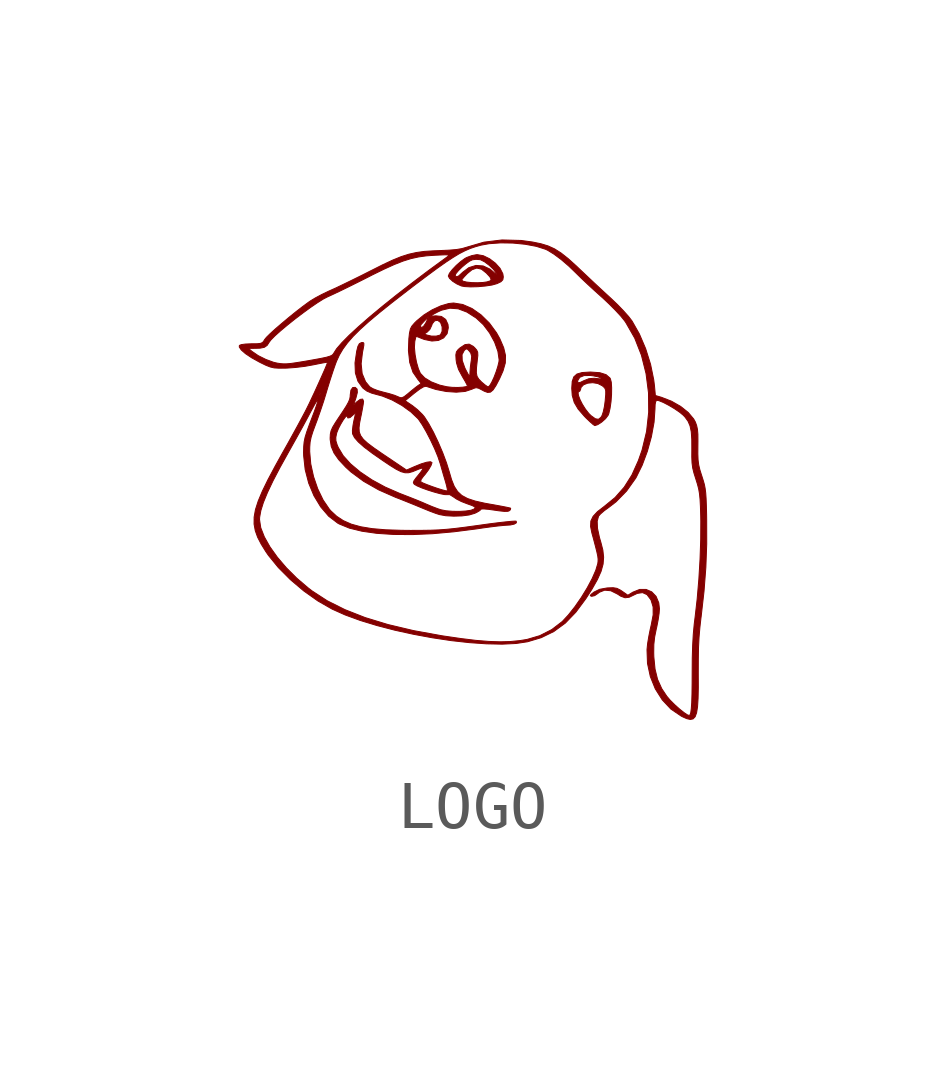
<source format=kicad_sym>
(kicad_symbol_lib
  (version 20210619)
  (generator bitmap2component)
  (symbol "LOGO"
    (pin_names
      (offset 1.016))
    (property "Reference" "#G"
      (at 0 4.352 0)
      (effects (font (size 1.27 1.27)) hide))
    (symbol "LOGO_0_0"
      (polyline (pts (xy 4.604 -4.996) (xy 4.647 -4.951) (xy 4.677 -4.868) (xy 4.697 -4.742) (xy 4.708 -4.568) (xy 4.713 -4.341) (xy 4.712 -4.058) (xy 4.712 -4.032) (xy 4.713 -3.748) (xy 4.717 -3.509) (xy 4.728 -3.297) (xy 4.745 -3.097) (xy 4.768 -2.892) (xy 4.772 -2.865) (xy 4.832 -2.335) (xy 4.87 -1.838) (xy 4.888 -1.351) (xy 4.887 -0.851) (xy 4.886 -0.754) (xy 4.881 -0.556) (xy 4.875 -0.404) (xy 4.867 -0.287) (xy 4.855 -0.193) (xy 4.839 -0.111) (xy 4.816 -0.03) (xy 4.787 0.062) (xy 4.783 0.073) (xy 4.745 0.194) (xy 4.721 0.296) (xy 4.708 0.399) (xy 4.703 0.524) (xy 4.704 0.69) (xy 4.705 0.789) (xy 4.704 0.932) (xy 4.695 1.036) (xy 4.678 1.116) (xy 4.652 1.188) (xy 4.616 1.253) (xy 4.502 1.389) (xy 4.344 1.515) (xy 4.154 1.623) (xy 3.946 1.704) (xy 3.818 1.742) (xy 3.799 1.949) (xy 3.784 2.07) (xy 3.718 2.392) (xy 3.616 2.717) (xy 3.485 3.024) (xy 3.333 3.292) (xy 3.33 3.296) (xy 3.259 3.389) (xy 3.154 3.506) (xy 3.031 3.634) (xy 2.902 3.757) (xy 2.876 3.781) (xy 2.727 3.918) (xy 2.557 4.076) (xy 2.384 4.239) (xy 2.227 4.387) (xy 2.173 4.439) (xy 2.001 4.594) (xy 1.853 4.711) (xy 1.717 4.797) (xy 1.581 4.859) (xy 1.432 4.904) (xy 1.258 4.94) (xy 1.024 4.972) (xy 0.624 4.983) (xy 0.247 4.937) (xy -0.108 4.833) (xy -0.117 4.83) (xy -0.211 4.803) (xy -0.327 4.783) (xy -0.48 4.77) (xy -0.681 4.761) (xy -0.809 4.756) (xy -0.996 4.744) (xy -1.161 4.721) (xy -1.318 4.686) (xy -1.478 4.635) (xy -1.655 4.563) (xy -1.86 4.467) (xy -2.106 4.343) (xy -2.111 4.341) (xy -2.304 4.243) (xy -2.499 4.147) (xy -2.68 4.059) (xy -2.834 3.985) (xy -2.947 3.934) (xy -2.99 3.915) (xy -3.133 3.846) (xy -3.266 3.775) (xy -3.365 3.715) (xy -3.405 3.688) (xy -3.531 3.595) (xy -3.673 3.485) (xy -3.82 3.366) (xy -3.964 3.245) (xy -4.096 3.132) (xy -4.206 3.032) (xy -4.285 2.954) (xy -4.324 2.906) (xy -4.338 2.881) (xy -4.366 2.846) (xy -4.408 2.828) (xy -4.48 2.82) (xy -4.599 2.819) (xy -4.604 2.819) (xy -4.723 2.814) (xy -4.809 2.802) (xy -4.849 2.785) (xy -4.851 2.752) (xy -4.832 2.724) (xy -4.662 2.724) (xy -4.517 2.725) (xy -4.418 2.728) (xy -4.329 2.746) (xy -4.271 2.786) (xy -4.226 2.855) (xy -4.191 2.901) (xy -4.109 2.984) (xy -3.993 3.088) (xy -3.852 3.206) (xy -3.696 3.331) (xy -3.533 3.455) (xy -3.373 3.572) (xy -3.227 3.672) (xy -3.102 3.751) (xy -3.009 3.799) (xy -2.986 3.809) (xy -2.882 3.857) (xy -2.737 3.926) (xy -2.565 4.01) (xy -2.376 4.104) (xy -2.181 4.202) (xy -2.086 4.251) (xy -1.835 4.374) (xy -1.623 4.47) (xy -1.44 4.542) (xy -1.274 4.594) (xy -1.115 4.629) (xy -0.952 4.652) (xy -0.774 4.664) (xy -0.692 4.668) (xy -0.577 4.673) (xy -0.512 4.672) (xy -0.487 4.664) (xy -0.494 4.649) (xy -0.526 4.625) (xy -0.545 4.611) (xy -0.909 4.345) (xy -1.253 4.085) (xy -1.575 3.836) (xy -1.87 3.599) (xy -2.136 3.378) (xy -2.367 3.176) (xy -2.562 2.996) (xy -2.715 2.841) (xy -2.824 2.715) (xy -2.885 2.619) (xy -2.889 2.612) (xy -2.913 2.585) (xy -2.959 2.562) (xy -3.036 2.539) (xy -3.154 2.514) (xy -3.324 2.483) (xy -3.5 2.452) (xy -3.656 2.427) (xy -3.772 2.41) (xy -3.859 2.402) (xy -3.928 2.401) (xy -3.992 2.406) (xy -4.06 2.416) (xy -4.137 2.434) (xy -4.297 2.493) (xy -4.456 2.572) (xy -4.585 2.66) (xy -4.662 2.724) (xy -4.832 2.724) (xy -4.809 2.69) (xy -4.722 2.614) (xy -4.595 2.529) (xy -4.437 2.441) (xy -4.414 2.429) (xy -4.295 2.371) (xy -4.205 2.336) (xy -4.123 2.317) (xy -4.025 2.311) (xy -3.891 2.312) (xy -3.856 2.313) (xy -3.679 2.326) (xy -3.487 2.349) (xy -3.314 2.38) (xy -3.235 2.396) (xy -3.123 2.418) (xy -3.044 2.432) (xy -3.013 2.434) (xy -3.013 2.428) (xy -3.032 2.377) (xy -3.07 2.285) (xy -3.124 2.163) (xy -3.188 2.02) (xy -3.257 1.868) (xy -3.297 1.781) (xy -3.191 1.781) (xy -3.175 1.797) (xy -3.159 1.781) (xy -3.175 1.766) (xy -3.191 1.781) (xy -3.297 1.781) (xy -3.328 1.716) (xy -3.394 1.575) (xy -3.453 1.456) (xy -3.481 1.401) (xy -3.546 1.279) (xy -3.631 1.121) (xy -3.732 0.937) (xy -3.842 0.738) (xy -3.956 0.536) (xy -4.107 0.263) (xy -4.255 -0.015) (xy -4.371 -0.253) (xy -4.457 -0.458) (xy -4.514 -0.635) (xy -4.542 -0.793) (xy -4.542 -0.845) (xy -4.429 -0.845) (xy -4.427 -0.796) (xy -4.402 -0.657) (xy -4.349 -0.487) (xy -4.265 -0.282) (xy -4.149 -0.037) (xy -3.999 0.249) (xy -3.814 0.582) (xy -3.753 0.691) (xy -3.643 0.888) (xy -3.533 1.087) (xy -3.435 1.268) (xy -3.358 1.413) (xy -3.347 1.433) (xy -3.278 1.56) (xy -3.233 1.635) (xy -3.212 1.656) (xy -3.215 1.623) (xy -3.242 1.536) (xy -3.293 1.392) (xy -3.369 1.192) (xy -3.392 1.132) (xy -3.445 0.985) (xy -3.48 0.871) (xy -3.5 0.774) (xy -3.509 0.675) (xy -3.512 0.557) (xy -3.51 0.487) (xy -3.478 0.197) (xy -3.405 -0.084) (xy -3.296 -0.346) (xy -3.155 -0.579) (xy -2.989 -0.773) (xy -2.801 -0.917) (xy -2.764 -0.937) (xy -2.556 -1.022) (xy -2.295 -1.086) (xy -1.987 -1.13) (xy -1.637 -1.153) (xy -1.249 -1.156) (xy -0.829 -1.138) (xy -0.382 -1.098) (xy 0.088 -1.038) (xy 0.205 -1.02) (xy 0.381 -0.996) (xy 0.535 -0.977) (xy 0.656 -0.965) (xy 0.728 -0.96) (xy 0.795 -0.956) (xy 0.877 -0.938) (xy 0.923 -0.91) (xy 0.919 -0.878) (xy 0.899 -0.875) (xy 0.824 -0.879) (xy 0.702 -0.891) (xy 0.543 -0.909) (xy 0.354 -0.933) (xy 0.146 -0.962) (xy 0.089 -0.97) (xy -0.153 -1.003) (xy -0.353 -1.028) (xy -0.527 -1.046) (xy -0.692 -1.058) (xy -0.862 -1.065) (xy -1.055 -1.068) (xy -1.286 -1.069) (xy -1.47 -1.067) (xy -1.802 -1.056) (xy -2.083 -1.032) (xy -2.319 -0.993) (xy -2.516 -0.939) (xy -2.682 -0.866) (xy -2.821 -0.775) (xy -2.942 -0.663) (xy -2.973 -0.628) (xy -3.104 -0.436) (xy -3.216 -0.204) (xy -3.304 0.053) (xy -3.362 0.317) (xy -3.384 0.573) (xy -3.383 0.669) (xy -3.375 0.773) (xy -3.354 0.874) (xy -3.317 0.992) (xy -3.26 1.146) (xy -3.231 1.223) (xy -3.162 1.419) (xy -3.093 1.625) (xy -3.037 1.809) (xy -3.009 1.903) (xy -2.953 2.083) (xy -2.896 2.257) (xy -2.846 2.4) (xy -2.824 2.458) (xy -2.765 2.586) (xy -2.691 2.711) (xy -2.597 2.839) (xy -2.479 2.974) (xy -2.332 3.12) (xy -2.151 3.283) (xy -1.933 3.466) (xy -1.672 3.675) (xy -1.365 3.913) (xy -1.188 4.049) (xy -0.939 4.236) (xy -0.729 4.391) (xy -0.551 4.517) (xy -0.399 4.617) (xy -0.267 4.697) (xy -0.148 4.758) (xy -0.037 4.806) (xy 0.073 4.843) (xy 0.188 4.875) (xy 0.356 4.905) (xy 0.595 4.922) (xy 0.851 4.918) (xy 1.105 4.893) (xy 1.337 4.85) (xy 1.529 4.789) (xy 1.574 4.768) (xy 1.705 4.687) (xy 1.857 4.574) (xy 2.015 4.438) (xy 2.168 4.29) (xy 2.185 4.273) (xy 2.281 4.179) (xy 2.406 4.061) (xy 2.546 3.932) (xy 2.686 3.806) (xy 2.719 3.777) (xy 2.857 3.647) (xy 2.988 3.515) (xy 3.099 3.395) (xy 3.175 3.301) (xy 3.204 3.259) (xy 3.388 2.937) (xy 3.528 2.58) (xy 3.624 2.197) (xy 3.675 1.799) (xy 3.679 1.394) (xy 3.635 0.993) (xy 3.541 0.605) (xy 3.464 0.385) (xy 3.329 0.085) (xy 3.169 -0.168) (xy 2.979 -0.384) (xy 2.753 -0.569) (xy 2.612 -0.678) (xy 2.521 -0.776) (xy 2.474 -0.874) (xy 2.468 -0.985) (xy 2.495 -1.121) (xy 2.529 -1.244) (xy 2.571 -1.404) (xy 2.6 -1.521) (xy 2.618 -1.605) (xy 2.625 -1.666) (xy 2.624 -1.715) (xy 2.618 -1.762) (xy 2.577 -1.899) (xy 2.501 -2.073) (xy 2.398 -2.266) (xy 2.276 -2.465) (xy 2.143 -2.657) (xy 2.007 -2.829) (xy 1.877 -2.969) (xy 1.876 -2.969) (xy 1.66 -3.135) (xy 1.41 -3.262) (xy 1.146 -3.34) (xy 1 -3.364) (xy 0.8 -3.384) (xy 0.586 -3.39) (xy 0.348 -3.382) (xy 0.078 -3.36) (xy -0.233 -3.322) (xy -0.596 -3.269) (xy -0.634 -3.263) (xy -1.223 -3.156) (xy -1.754 -3.03) (xy -2.229 -2.885) (xy -2.649 -2.72) (xy -3.017 -2.536) (xy -3.334 -2.33) (xy -3.421 -2.263) (xy -3.656 -2.062) (xy -3.87 -1.848) (xy -4.057 -1.629) (xy -4.212 -1.412) (xy -4.329 -1.204) (xy -4.404 -1.012) (xy -4.429 -0.845) (xy -4.542 -0.845) (xy -4.543 -0.937) (xy -4.518 -1.074) (xy -4.469 -1.211) (xy -4.395 -1.354) (xy -4.299 -1.509) (xy -4.244 -1.589) (xy -4.037 -1.843) (xy -3.787 -2.094) (xy -3.508 -2.33) (xy -3.213 -2.539) (xy -2.916 -2.709) (xy -2.646 -2.83) (xy -2.331 -2.945) (xy -1.983 -3.051) (xy -1.611 -3.148) (xy -1.223 -3.233) (xy -0.829 -3.306) (xy -0.438 -3.365) (xy -0.059 -3.407) (xy 0.299 -3.432) (xy 0.626 -3.439) (xy 0.915 -3.425) (xy 1.155 -3.389) (xy 1.439 -3.304) (xy 1.702 -3.176) (xy 1.941 -3.001) (xy 2.161 -2.773) (xy 2.371 -2.49) (xy 2.501 -2.287) (xy 2.612 -2.09) (xy 2.687 -1.922) (xy 2.729 -1.77) (xy 2.74 -1.626) (xy 2.724 -1.479) (xy 2.683 -1.319) (xy 2.653 -1.217) (xy 2.612 -1.024) (xy 2.606 -0.878) (xy 2.634 -0.773) (xy 2.674 -0.727) (xy 2.75 -0.661) (xy 2.846 -0.591) (xy 2.999 -0.473) (xy 3.218 -0.249) (xy 3.405 0.014) (xy 3.419 0.037) (xy 3.544 0.291) (xy 3.652 0.581) (xy 3.736 0.886) (xy 3.791 1.186) (xy 3.81 1.46) (xy 3.813 1.554) (xy 3.826 1.621) (xy 3.852 1.642) (xy 3.893 1.634) (xy 3.984 1.597) (xy 4.097 1.538) (xy 4.215 1.468) (xy 4.322 1.395) (xy 4.402 1.329) (xy 4.439 1.289) (xy 4.5 1.204) (xy 4.541 1.108) (xy 4.566 0.986) (xy 4.577 0.827) (xy 4.578 0.618) (xy 4.577 0.466) (xy 4.582 0.338) (xy 4.596 0.232) (xy 4.622 0.126) (xy 4.662 0) (xy 4.695 -0.106) (xy 4.72 -0.202) (xy 4.737 -0.301) (xy 4.749 -0.419) (xy 4.757 -0.569) (xy 4.763 -0.766) (xy 4.765 -0.879) (xy 4.763 -1.257) (xy 4.749 -1.668) (xy 4.724 -2.089) (xy 4.689 -2.499) (xy 4.646 -2.876) (xy 4.628 -3.02) (xy 4.608 -3.235) (xy 4.595 -3.465) (xy 4.587 -3.725) (xy 4.585 -4.031) (xy 4.584 -4.256) (xy 4.581 -4.482) (xy 4.576 -4.655) (xy 4.567 -4.781) (xy 4.556 -4.865) (xy 4.541 -4.911) (xy 4.522 -4.925) (xy 4.483 -4.911) (xy 4.409 -4.861) (xy 4.316 -4.786) (xy 4.218 -4.698) (xy 4.127 -4.607) (xy 4.057 -4.525) (xy 3.951 -4.366) (xy 3.864 -4.173) (xy 3.811 -3.957) (xy 3.786 -3.702) (xy 3.784 -3.621) (xy 3.786 -3.447) (xy 3.803 -3.29) (xy 3.838 -3.118) (xy 3.848 -3.076) (xy 3.876 -2.932) (xy 3.896 -2.798) (xy 3.903 -2.7) (xy 3.889 -2.578) (xy 3.833 -2.444) (xy 3.742 -2.349) (xy 3.625 -2.299) (xy 3.491 -2.299) (xy 3.349 -2.356) (xy 3.245 -2.42) (xy 3.126 -2.337) (xy 3.09 -2.313) (xy 3.017 -2.276) (xy 2.938 -2.263) (xy 2.825 -2.267) (xy 2.811 -2.268) (xy 2.657 -2.296) (xy 2.538 -2.355) (xy 2.478 -2.402) (xy 2.462 -2.429) (xy 2.489 -2.442) (xy 2.491 -2.442) (xy 2.553 -2.428) (xy 2.621 -2.382) (xy 2.65 -2.358) (xy 2.762 -2.314) (xy 2.89 -2.326) (xy 3.027 -2.394) (xy 3.098 -2.44) (xy 3.186 -2.472) (xy 3.272 -2.462) (xy 3.38 -2.41) (xy 3.441 -2.381) (xy 3.551 -2.365) (xy 3.644 -2.407) (xy 3.721 -2.509) (xy 3.73 -2.526) (xy 3.771 -2.663) (xy 3.772 -2.829) (xy 3.733 -3.033) (xy 3.711 -3.13) (xy 3.681 -3.28) (xy 3.657 -3.424) (xy 3.644 -3.554) (xy 3.654 -3.839) (xy 3.713 -4.114) (xy 3.817 -4.371) (xy 3.962 -4.6) (xy 4.142 -4.792) (xy 4.356 -4.937) (xy 4.38 -4.95) (xy 4.472 -4.991) (xy 4.546 -5.008) (xy 4.604 -4.996)) (stroke (width 0.01)) (fill (type outline)))
      (polyline (pts (xy -0.214 -0.767) (xy -0.06 -0.747) (xy 0.054 -0.713) (xy 0.095 -0.694) (xy 0.16 -0.655) (xy 0.186 -0.628) (xy 0.194 -0.623) (xy 0.248 -0.622) (xy 0.344 -0.63) (xy 0.466 -0.647) (xy 0.563 -0.661) (xy 0.676 -0.673) (xy 0.746 -0.671) (xy 0.781 -0.656) (xy 0.797 -0.637) (xy 0.803 -0.607) (xy 0.786 -0.601) (xy 0.718 -0.586) (xy 0.611 -0.565) (xy 0.48 -0.541) (xy 0.266 -0.503) (xy 0.062 -0.457) (xy -0.095 -0.405) (xy -0.214 -0.341) (xy -0.303 -0.258) (xy -0.372 -0.152) (xy -0.427 -0.015) (xy -0.478 0.158) (xy -0.534 0.339) (xy -0.613 0.55) (xy -0.706 0.768) (xy -0.805 0.976) (xy -0.904 1.157) (xy -0.993 1.295) (xy -1.035 1.346) (xy -1.137 1.446) (xy -1.244 1.531) (xy -1.396 1.633) (xy -1.201 1.792) (xy -1.093 1.874) (xy -1.009 1.924) (xy -0.96 1.934) (xy -0.757 1.868) (xy -0.538 1.825) (xy -0.329 1.811) (xy -0.144 1.827) (xy 0.001 1.875) (xy 0.029 1.889) (xy 0.083 1.905) (xy 0.137 1.893) (xy 0.216 1.852) (xy 0.252 1.832) (xy 0.323 1.806) (xy 0.382 1.812) (xy 0.437 1.858) (xy 0.497 1.949) (xy 0.572 2.092) (xy 0.644 2.254) (xy 0.692 2.421) (xy 0.696 2.576) (xy 0.658 2.737) (xy 0.578 2.924) (xy 0.508 3.049) (xy 0.359 3.252) (xy 0.186 3.422) (xy -0.002 3.554) (xy -0.195 3.638) (xy -0.386 3.669) (xy -0.488 3.658) (xy -0.654 3.609) (xy -0.832 3.527) (xy -1.003 3.421) (xy -1.151 3.3) (xy -1.198 3.254) (xy -1.254 3.189) (xy -1.262 3.175) (xy -1.081 3.175) (xy -1.064 3.22) (xy -0.993 3.297) (xy -0.902 3.384) (xy -0.955 3.273) (xy -0.966 3.251) (xy -1.009 3.187) (xy -1.045 3.16) (xy -1.046 3.16) (xy -1.081 3.175) (xy -1.262 3.175) (xy -1.286 3.128) (xy -1.304 3.047) (xy -1.306 3.034) (xy -0.984 3.034) (xy -0.937 3.062) (xy -0.937 3.063) (xy -0.881 3.118) (xy -0.843 3.199) (xy -0.829 3.238) (xy -0.78 3.298) (xy -0.719 3.309) (xy -0.66 3.265) (xy -0.655 3.257) (xy -0.625 3.172) (xy -0.625 3.08) (xy -0.657 3.011) (xy -0.673 2.999) (xy -0.75 2.979) (xy -0.849 2.98) (xy -0.944 3.002) (xy -0.978 3.017) (xy -0.984 3.034) (xy -1.306 3.034) (xy -1.318 2.925) (xy -1.325 2.744) (xy -1.202 2.744) (xy -1.195 2.862) (xy -1.192 2.88) (xy -1.176 2.947) (xy -1.164 2.974) (xy -1.16 2.973) (xy -1.116 2.957) (xy -1.042 2.927) (xy -0.994 2.909) (xy -0.838 2.877) (xy -0.702 2.889) (xy -0.593 2.942) (xy -0.521 3.031) (xy -0.496 3.153) (xy -0.503 3.223) (xy -0.551 3.327) (xy -0.639 3.389) (xy -0.757 3.402) (xy -0.773 3.4) (xy -0.84 3.395) (xy -0.867 3.397) (xy -0.852 3.409) (xy -0.794 3.442) (xy -0.708 3.487) (xy -0.634 3.52) (xy -0.462 3.561) (xy -0.289 3.548) (xy -0.109 3.48) (xy 0.086 3.355) (xy 0.087 3.354) (xy 0.234 3.217) (xy 0.364 3.045) (xy 0.468 2.855) (xy 0.537 2.663) (xy 0.563 2.486) (xy 0.559 2.443) (xy 0.536 2.348) (xy 0.5 2.235) (xy 0.456 2.12) (xy 0.409 2.019) (xy 0.367 1.948) (xy 0.336 1.921) (xy 0.321 1.926) (xy 0.268 1.963) (xy 0.198 2.022) (xy 0.194 2.026) (xy 0.137 2.085) (xy 0.102 2.143) (xy 0.088 2.216) (xy 0.091 2.319) (xy 0.107 2.468) (xy 0.107 2.469) (xy 0.119 2.576) (xy 0.116 2.643) (xy 0.095 2.69) (xy 0.052 2.739) (xy 0.023 2.766) (xy -0.062 2.812) (xy -0.148 2.802) (xy -0.249 2.736) (xy -0.291 2.699) (xy -0.327 2.65) (xy -0.338 2.593) (xy -0.21 2.593) (xy -0.164 2.681) (xy -0.13 2.711) (xy -0.098 2.709) (xy -0.053 2.661) (xy -0.028 2.625) (xy -0.009 2.558) (xy -0.018 2.463) (xy -0.021 2.45) (xy -0.036 2.338) (xy -0.044 2.238) (xy -0.044 2.231) (xy -0.048 2.164) (xy -0.054 2.137) (xy -0.064 2.151) (xy -0.095 2.207) (xy -0.139 2.291) (xy -0.153 2.32) (xy -0.206 2.471) (xy -0.21 2.593) (xy -0.338 2.593) (xy -0.339 2.588) (xy -0.334 2.489) (xy -0.324 2.418) (xy -0.283 2.285) (xy -0.203 2.137) (xy -0.197 2.126) (xy -0.143 2.034) (xy -0.107 1.966) (xy -0.098 1.938) (xy -0.12 1.927) (xy -0.196 1.915) (xy -0.302 1.909) (xy -0.418 1.912) (xy -0.525 1.924) (xy -0.675 1.958) (xy -0.849 2.025) (xy -0.988 2.109) (xy -1.078 2.204) (xy -1.119 2.297) (xy -1.159 2.437) (xy -1.188 2.594) (xy -1.202 2.744) (xy -1.325 2.744) (xy -1.327 2.679) (xy -1.3 2.43) (xy -1.232 2.226) (xy -1.123 2.068) (xy -1.106 2.049) (xy -1.071 2.001) (xy -1.071 1.982) (xy -1.074 1.981) (xy -1.117 1.956) (xy -1.19 1.901) (xy -1.28 1.828) (xy -1.344 1.774) (xy -1.414 1.719) (xy -1.461 1.696) (xy -1.501 1.698) (xy -1.547 1.718) (xy -1.618 1.747) (xy -1.728 1.781) (xy -1.85 1.812) (xy -1.968 1.845) (xy -2.07 1.885) (xy -2.133 1.923) (xy -2.22 2.029) (xy -2.291 2.199) (xy -2.312 2.404) (xy -2.284 2.642) (xy -2.271 2.705) (xy -2.256 2.789) (xy -2.256 2.832) (xy -2.272 2.846) (xy -2.305 2.844) (xy -2.309 2.843) (xy -2.349 2.822) (xy -2.379 2.767) (xy -2.405 2.664) (xy -2.44 2.421) (xy -2.432 2.211) (xy -2.379 2.04) (xy -2.281 1.903) (xy -2.27 1.892) (xy -2.193 1.834) (xy -2.093 1.791) (xy -1.951 1.752) (xy -1.87 1.73) (xy -1.667 1.648) (xy -1.462 1.534) (xy -1.275 1.399) (xy -1.128 1.259) (xy -1.114 1.242) (xy -1.039 1.131) (xy -0.953 0.982) (xy -0.864 0.81) (xy -0.781 0.633) (xy -0.712 0.466) (xy -0.665 0.325) (xy -0.643 0.249) (xy -0.599 0.095) (xy -0.557 -0.046) (xy -0.532 -0.136) (xy -0.516 -0.212) (xy -0.515 -0.247) (xy -0.516 -0.247) (xy -0.551 -0.243) (xy -0.627 -0.223) (xy -0.729 -0.191) (xy -0.839 -0.153) (xy -0.943 -0.114) (xy -1.024 -0.081) (xy -1.067 -0.058) (xy -1.07 -0.055) (xy -1.065 -0.012) (xy -1.018 0.054) (xy -0.979 0.099) (xy -0.907 0.196) (xy -0.856 0.283) (xy -0.836 0.342) (xy -0.837 0.345) (xy -0.868 0.362) (xy -0.945 0.352) (xy -1.059 0.318) (xy -1.202 0.26) (xy -1.366 0.188) (xy -1.759 0.453) (xy -1.875 0.531) (xy -2.047 0.65) (xy -2.176 0.747) (xy -2.266 0.829) (xy -2.322 0.905) (xy -2.351 0.981) (xy -2.356 1.067) (xy -2.344 1.169) (xy -2.319 1.296) (xy -2.308 1.346) (xy -2.285 1.468) (xy -2.268 1.565) (xy -2.262 1.619) (xy -2.262 1.623) (xy -2.281 1.667) (xy -2.331 1.661) (xy -2.404 1.608) (xy -2.473 1.543) (xy -2.43 1.662) (xy -2.419 1.696) (xy -2.391 1.806) (xy -2.396 1.875) (xy -2.435 1.911) (xy -2.487 1.908) (xy -2.525 1.854) (xy -2.539 1.756) (xy -2.541 1.717) (xy -2.551 1.665) (xy -2.575 1.606) (xy -2.618 1.528) (xy -2.686 1.421) (xy -2.784 1.274) (xy -2.848 1.177) (xy -2.906 1.081) (xy -2.939 1.005) (xy -2.954 0.936) (xy -2.957 0.87) (xy -2.84 0.87) (xy -2.822 0.958) (xy -2.815 0.979) (xy -2.783 1.057) (xy -2.739 1.142) (xy -2.691 1.223) (xy -2.647 1.285) (xy -2.615 1.317) (xy -2.602 1.307) (xy -2.588 1.274) (xy -2.544 1.282) (xy -2.481 1.336) (xy -2.467 1.351) (xy -2.441 1.374) (xy -2.433 1.365) (xy -2.441 1.313) (xy -2.465 1.21) (xy -2.482 1.117) (xy -2.494 1.014) (xy -2.491 0.945) (xy -2.489 0.94) (xy -2.45 0.864) (xy -2.371 0.774) (xy -2.248 0.665) (xy -2.076 0.535) (xy -1.854 0.381) (xy -1.712 0.286) (xy -1.582 0.205) (xy -1.481 0.155) (xy -1.397 0.132) (xy -1.32 0.133) (xy -1.238 0.156) (xy -1.138 0.197) (xy -1.109 0.209) (xy -1.047 0.228) (xy -1.022 0.223) (xy -1.032 0.201) (xy -1.073 0.142) (xy -1.135 0.065) (xy -1.165 0.029) (xy -1.212 -0.036) (xy -1.224 -0.076) (xy -1.205 -0.107) (xy -1.204 -0.108) (xy -1.145 -0.142) (xy -1.047 -0.184) (xy -0.925 -0.228) (xy -0.795 -0.269) (xy -0.674 -0.302) (xy -0.578 -0.322) (xy -0.522 -0.324) (xy -0.466 -0.323) (xy -0.385 -0.374) (xy -0.325 -0.415) (xy -0.224 -0.467) (xy -0.108 -0.512) (xy -0.1 -0.515) (xy 0.001 -0.551) (xy 0.053 -0.577) (xy 0.063 -0.599) (xy 0.042 -0.623) (xy 0.041 -0.624) (xy -0.024 -0.649) (xy -0.132 -0.665) (xy -0.266 -0.673) (xy -0.409 -0.671) (xy -0.543 -0.66) (xy -0.65 -0.639) (xy -0.714 -0.618) (xy -0.84 -0.57) (xy -0.962 -0.518) (xy -1.03 -0.488) (xy -1.161 -0.434) (xy -1.315 -0.373) (xy -1.47 -0.313) (xy -1.509 -0.298) (xy -1.811 -0.166) (xy -2.087 -0.016) (xy -2.329 0.147) (xy -2.532 0.317) (xy -2.687 0.489) (xy -2.788 0.658) (xy -2.812 0.714) (xy -2.838 0.798) (xy -2.84 0.87) (xy -2.957 0.87) (xy -2.958 0.856) (xy -2.957 0.822) (xy -2.935 0.68) (xy -2.878 0.545) (xy -2.78 0.405) (xy -2.633 0.248) (xy -2.526 0.15) (xy -2.259 -0.047) (xy -1.946 -0.225) (xy -1.597 -0.379) (xy -1.526 -0.406) (xy -1.353 -0.475) (xy -1.18 -0.545) (xy -1.038 -0.604) (xy -1.004 -0.618) (xy -0.876 -0.67) (xy -0.761 -0.713) (xy -0.681 -0.739) (xy -0.549 -0.763) (xy -0.384 -0.772) (xy -0.214 -0.767)) (stroke (width 0.01)) (fill (type outline)))
      (polyline (pts (xy 2.618 1.135) (xy 2.7 1.188) (xy 2.78 1.259) (xy 2.834 1.331) (xy 2.849 1.368) (xy 2.874 1.475) (xy 2.894 1.612) (xy 2.905 1.76) (xy 2.907 1.901) (xy 2.9 2.017) (xy 2.881 2.09) (xy 2.871 2.107) (xy 2.791 2.176) (xy 2.661 2.217) (xy 2.478 2.23) (xy 2.448 2.23) (xy 2.291 2.22) (xy 2.184 2.189) (xy 2.118 2.129) (xy 2.085 2.033) (xy 2.085 2.027) (xy 2.199 2.027) (xy 2.201 2.052) (xy 2.243 2.121) (xy 2.333 2.157) (xy 2.467 2.159) (xy 2.527 2.151) (xy 2.623 2.131) (xy 2.686 2.109) (xy 2.706 2.092) (xy 2.678 2.087) (xy 2.596 2.095) (xy 2.543 2.101) (xy 2.434 2.092) (xy 2.325 2.049) (xy 2.255 2.015) (xy 2.211 2.006) (xy 2.199 2.027) (xy 2.085 2.027) (xy 2.076 1.893) (xy 2.082 1.805) (xy 2.207 1.805) (xy 2.23 1.827) (xy 2.244 1.832) (xy 2.261 1.872) (xy 2.269 1.91) (xy 2.322 1.965) (xy 2.409 1.999) (xy 2.513 2.009) (xy 2.619 1.992) (xy 2.71 1.946) (xy 2.74 1.922) (xy 2.771 1.886) (xy 2.784 1.84) (xy 2.784 1.766) (xy 2.774 1.647) (xy 2.774 1.641) (xy 2.757 1.514) (xy 2.733 1.402) (xy 2.708 1.327) (xy 2.683 1.286) (xy 2.632 1.246) (xy 2.568 1.257) (xy 2.48 1.32) (xy 2.429 1.37) (xy 2.36 1.459) (xy 2.297 1.559) (xy 2.247 1.658) (xy 2.215 1.744) (xy 2.207 1.805) (xy 2.082 1.805) (xy 2.086 1.744) (xy 2.128 1.597) (xy 2.21 1.458) (xy 2.339 1.309) (xy 2.375 1.272) (xy 2.459 1.192) (xy 2.523 1.136) (xy 2.557 1.115) (xy 2.618 1.135)) (stroke (width 0.01)) (fill (type outline)))
      (polyline (pts (xy 0.121 4.009) (xy 0.277 4.023) (xy 0.416 4.044) (xy 0.519 4.073) (xy 0.6 4.112) (xy 0.64 4.153) (xy 0.65 4.211) (xy 0.64 4.278) (xy 0.582 4.391) (xy 0.485 4.499) (xy 0.365 4.59) (xy 0.234 4.654) (xy 0.106 4.677) (xy 0.087 4.675) (xy -0.008 4.656) (xy -0.108 4.619) (xy -0.147 4.599) (xy -0.236 4.534) (xy -0.33 4.452) (xy -0.413 4.365) (xy -0.473 4.287) (xy -0.491 4.242) (xy -0.354 4.242) (xy -0.337 4.282) (xy -0.285 4.344) (xy -0.212 4.416) (xy -0.129 4.486) (xy -0.052 4.542) (xy 0.008 4.57) (xy 0.08 4.579) (xy 0.17 4.572) (xy 0.176 4.57) (xy 0.259 4.528) (xy 0.355 4.456) (xy 0.443 4.372) (xy 0.501 4.294) (xy 0.51 4.268) (xy 0.488 4.276) (xy 0.427 4.33) (xy 0.373 4.375) (xy 0.231 4.441) (xy 0.08 4.452) (xy -0.068 4.406) (xy -0.202 4.305) (xy -0.213 4.293) (xy -0.281 4.232) (xy -0.324 4.215) (xy -0.353 4.238) (xy -0.354 4.242) (xy -0.491 4.242) (xy -0.496 4.231) (xy -0.471 4.183) (xy -0.431 4.147) (xy -0.217 4.147) (xy -0.208 4.164) (xy -0.165 4.215) (xy -0.099 4.284) (xy -0.003 4.362) (xy 0.097 4.397) (xy 0.194 4.374) (xy 0.297 4.293) (xy 0.37 4.214) (xy 0.397 4.162) (xy 0.375 4.129) (xy 0.306 4.108) (xy 0.228 4.097) (xy 0.11 4.091) (xy -0.009 4.094) (xy -0.114 4.105) (xy -0.189 4.123) (xy -0.217 4.147) (xy -0.431 4.147) (xy -0.406 4.123) (xy -0.317 4.066) (xy -0.223 4.024) (xy -0.157 4.012) (xy -0.03 4.005) (xy 0.121 4.009)) (stroke (width 0.01)) (fill (type outline))))))
</source>
